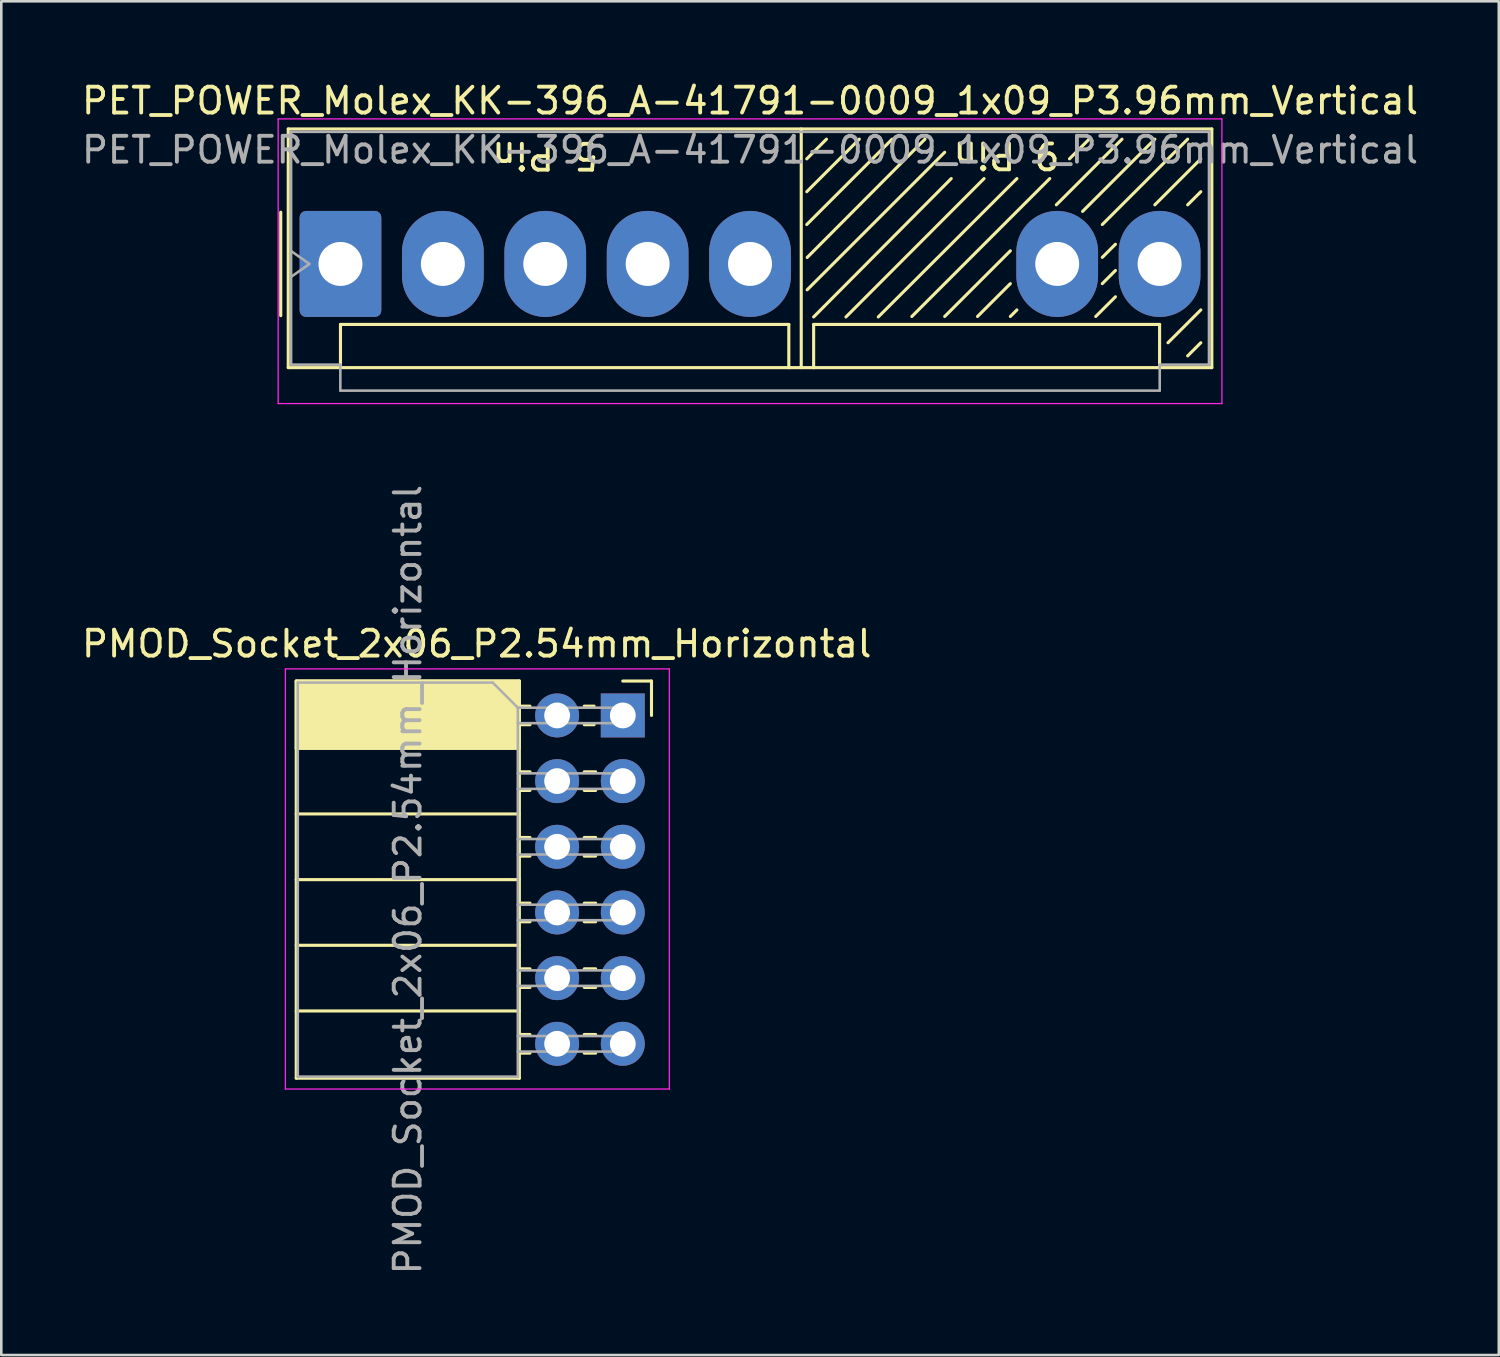
<source format=kicad_pcb>
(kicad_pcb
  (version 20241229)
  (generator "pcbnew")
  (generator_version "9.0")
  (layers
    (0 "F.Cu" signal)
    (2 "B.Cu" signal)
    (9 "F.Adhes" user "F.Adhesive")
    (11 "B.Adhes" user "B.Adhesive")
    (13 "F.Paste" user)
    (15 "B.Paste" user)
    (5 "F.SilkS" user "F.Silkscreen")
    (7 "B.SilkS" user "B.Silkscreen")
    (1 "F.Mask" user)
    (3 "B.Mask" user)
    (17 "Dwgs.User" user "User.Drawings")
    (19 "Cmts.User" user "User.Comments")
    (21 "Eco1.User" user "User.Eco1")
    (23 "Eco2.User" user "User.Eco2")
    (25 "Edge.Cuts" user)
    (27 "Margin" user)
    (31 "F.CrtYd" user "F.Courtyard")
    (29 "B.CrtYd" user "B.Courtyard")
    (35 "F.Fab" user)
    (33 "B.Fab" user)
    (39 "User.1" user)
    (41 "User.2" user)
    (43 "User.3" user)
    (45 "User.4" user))
  (footprint "PET_POWER_Molex_KK-396_A-41791-0009_1x09_P3.96mm_Vertical"
    (layer "F.Cu")
    (at 10.118 7.158)
    (property "Reference" "PET_POWER_Molex_KK-396_A-41791-0009_1x09_P3.96mm_Vertical" (at 15.84 -6.31 0) (layer "F.SilkS") (effects (font (size 1 1) (thickness 0.15))))
    (attr through_hole)
    (fp_line (start -2.31 -2) (end -2.31 2) (stroke (width 0.12) (type solid)) (layer "F.SilkS"))
    (fp_line (start -2.02 -5.22) (end 33.7 -5.22) (stroke (width 0.12) (type solid)) (layer "F.SilkS"))
    (fp_line (start -2.02 4.01) (end -2.02 -5.22) (stroke (width 0.12) (type solid)) (layer "F.SilkS"))
    (fp_line (start 0 2.34) (end 17.34 2.34) (stroke (width 0.12) (type solid)) (layer "F.SilkS"))
    (fp_line (start 0 4.01) (end -2.02 4.01) (stroke (width 0.12) (type solid)) (layer "F.SilkS"))
    (fp_line (start 0 4.01) (end 0 2.34) (stroke (width 0.12) (type solid)) (layer "F.SilkS"))
    (fp_line (start 0 4.01) (end 17.34 4.01) (stroke (width 0.12) (type solid)) (layer "F.SilkS"))
    (fp_line (start 17.34 2.34) (end 17.34 4.01) (stroke (width 0.12) (type solid)) (layer "F.SilkS"))
    (fp_line (start 17.82 4.01) (end 17.82 -5.22) (stroke (width 0.12) (type solid)) (layer "F.SilkS"))
    (fp_line (start 18.034 -1.524) (end 21.336 -4.826) (stroke (width 0.12) (type solid)) (layer "F.SilkS"))
    (fp_line (start 18.05 -0.25) (end 22.606 -4.826) (stroke (width 0.12) (type solid)) (layer "F.SilkS"))
    (fp_line (start 18.05 1) (end 23.368 -4.318) (stroke (width 0.12) (type solid)) (layer "F.SilkS"))
    (fp_line (start 18.3 2.05) (end 23.622 -3.302) (stroke (width 0.12) (type solid)) (layer "F.SilkS"))
    (fp_line (start 18.3 2.34) (end 31.68 2.34) (stroke (width 0.12) (type solid)) (layer "F.SilkS"))
    (fp_line (start 18.3 4.01) (end 17.34 4.01) (stroke (width 0.12) (type default)) (layer "F.SilkS"))
    (fp_line (start 18.3 4.01) (end 18.3 2.34) (stroke (width 0.12) (type solid)) (layer "F.SilkS"))
    (fp_line (start 18.3 4.01) (end 31.68 4.01) (stroke (width 0.12) (type solid)) (layer "F.SilkS"))
    (fp_line (start 18.796 -4.826) (end 18.034 -4.064) (stroke (width 0.12) (type solid)) (layer "F.SilkS"))
    (fp_line (start 19.55 2.05) (end 24.892 -3.302) (stroke (width 0.12) (type solid)) (layer "F.SilkS"))
    (fp_line (start 20.066 -4.826) (end 18.034 -2.794) (stroke (width 0.12) (type solid)) (layer "F.SilkS"))
    (fp_line (start 20.8 2.05) (end 26.162 -3.302) (stroke (width 0.12) (type solid)) (layer "F.SilkS"))
    (fp_line (start 22.098 2.032) (end 27.432 -3.302) (stroke (width 0.12) (type solid)) (layer "F.SilkS"))
    (fp_line (start 23.368 2.032) (end 25.908 -0.508) (stroke (width 0.12) (type solid)) (layer "F.SilkS"))
    (fp_line (start 24.638 2.032) (end 25.908 0.762) (stroke (width 0.12) (type solid)) (layer "F.SilkS"))
    (fp_line (start 25.908 2.032) (end 26.162 1.778) (stroke (width 0.12) (type solid)) (layer "F.SilkS"))
    (fp_line (start 27.686 -2.286) (end 30.226 -4.826) (stroke (width 0.12) (type solid)) (layer "F.SilkS"))
    (fp_line (start 28.194 -4.064) (end 28.956 -4.826) (stroke (width 0.12) (type solid)) (layer "F.SilkS"))
    (fp_line (start 28.702 -2.032) (end 31.496 -4.826) (stroke (width 0.12) (type solid)) (layer "F.SilkS"))
    (fp_line (start 29.21 2.032) (end 29.972 1.27) (stroke (width 0.12) (type solid)) (layer "F.SilkS"))
    (fp_line (start 29.464 -1.524) (end 32.766 -4.826) (stroke (width 0.12) (type solid)) (layer "F.SilkS"))
    (fp_line (start 29.464 -0.254) (end 29.972 -0.762) (stroke (width 0.12) (type solid)) (layer "F.SilkS"))
    (fp_line (start 29.464 0.762) (end 29.972 0.254) (stroke (width 0.12) (type solid)) (layer "F.SilkS"))
    (fp_line (start 31.496 -2.286) (end 33.274 -4.064) (stroke (width 0.12) (type solid)) (layer "F.SilkS"))
    (fp_line (start 31.68 2.34) (end 31.68 4.01) (stroke (width 0.12) (type solid)) (layer "F.SilkS"))
    (fp_line (start 32.004 3.048) (end 33.274 1.778) (stroke (width 0.12) (type solid)) (layer "F.SilkS"))
    (fp_line (start 32.766 -2.286) (end 33.274 -2.794) (stroke (width 0.12) (type solid)) (layer "F.SilkS"))
    (fp_line (start 32.766 3.556) (end 33.274 3.048) (stroke (width 0.12) (type solid)) (layer "F.SilkS"))
    (fp_line (start 33.7 -5.22) (end 33.7 4.01) (stroke (width 0.12) (type solid)) (layer "F.SilkS"))
    (fp_line (start 33.7 4.01) (end 31.68 4.01) (stroke (width 0.12) (type solid)) (layer "F.SilkS"))
    (fp_line (start -2.41 -5.61) (end -2.41 5.4) (stroke (width 0.05) (type solid)) (layer "F.CrtYd"))
    (fp_line (start -2.41 5.4) (end 34.09 5.4) (stroke (width 0.05) (type solid)) (layer "F.CrtYd"))
    (fp_line (start 34.09 -5.61) (end -2.41 -5.61) (stroke (width 0.05) (type solid)) (layer "F.CrtYd"))
    (fp_line (start 34.09 5.4) (end 34.09 -5.61) (stroke (width 0.05) (type solid)) (layer "F.CrtYd"))
    (fp_line (start -1.91 -5.11) (end 33.59 -5.11) (stroke (width 0.1) (type solid)) (layer "F.Fab"))
    (fp_line (start -1.91 -0.5) (end -1.203 0) (stroke (width 0.1) (type solid)) (layer "F.Fab"))
    (fp_line (start -1.91 3.895) (end -1.91 -5.11) (stroke (width 0.1) (type solid)) (layer "F.Fab"))
    (fp_line (start -1.203 0) (end -1.91 0.5) (stroke (width 0.1) (type solid)) (layer "F.Fab"))
    (fp_line (start -0.005 3.895) (end -1.91 3.895) (stroke (width 0.1) (type solid)) (layer "F.Fab"))
    (fp_line (start -0.005 4.9) (end -0.005 3.895) (stroke (width 0.1) (type solid)) (layer "F.Fab"))
    (fp_line (start 31.685 3.895) (end 31.685 4.9) (stroke (width 0.1) (type solid)) (layer "F.Fab"))
    (fp_line (start 31.685 4.9) (end -0.005 4.9) (stroke (width 0.1) (type solid)) (layer "F.Fab"))
    (fp_line (start 33.59 -5.11) (end 33.59 3.895) (stroke (width 0.1) (type solid)) (layer "F.Fab"))
    (fp_line (start 33.59 3.895) (end 31.685 3.895) (stroke (width 0.1) (type solid)) (layer "F.Fab"))
    (fp_text user "9 Pin" (at 25.76 -4.205 180) (unlocked yes) (layer "F.SilkS") (effects (font (size 1 1) (thickness 0.15))))
    (fp_text user "5 Pin" (at 7.92 -4.191 180) (unlocked yes) (layer "F.SilkS") (effects (font (size 1 1) (thickness 0.15))))
    (fp_text user "${REFERENCE}" (at 15.84 -4.41 0) (layer "F.Fab") (effects (font (size 1 1) (thickness 0.15))))
    (pad "1" thru_hole roundrect (at 0 0) (size 3.16 4.1) (drill 1.7) (layers "*.Cu" "*.Mask") (roundrect_rratio 0.079))
    (pad "2" thru_hole oval (at 3.96 0) (size 3.16 4.1) (drill 1.7) (layers "*.Cu" "*.Mask"))
    (pad "3" thru_hole oval (at 7.92 0) (size 3.16 4.1) (drill 1.7) (layers "*.Cu" "*.Mask"))
    (pad "4" thru_hole oval (at 11.88 0) (size 3.16 4.1) (drill 1.7) (layers "*.Cu" "*.Mask"))
    (pad "5" thru_hole oval (at 15.84 0) (size 3.16 4.1) (drill 1.7) (layers "*.Cu" "*.Mask"))
    (pad "8" thru_hole oval (at 27.72 0) (size 3.16 4.1) (drill 1.7) (layers "*.Cu" "*.Mask"))
    (pad "9" thru_hole oval (at 31.68 0) (size 3.16 4.1) (drill 1.7) (layers "*.Cu" "*.Mask")))
  (footprint "PMOD_Socket_2x06_P2.54mm_Horizontal"
    (layer "F.Cu")
    (at 21.037 24.62)
    (property "Reference" "PMOD_Socket_2x06_P2.54mm_Horizontal" (at -5.65 -2.77 0) (layer "F.SilkS") (effects (font (size 1 1) (thickness 0.15))))
    (attr through_hole)
    (fp_line (start -12.63 -1.33) (end -12.63 14.03) (stroke (width 0.12) (type solid)) (layer "F.SilkS"))
    (fp_line (start -12.63 -1.33) (end -4 -1.33) (stroke (width 0.12) (type solid)) (layer "F.SilkS"))
    (fp_line (start -12.63 1.27) (end -4 1.27) (stroke (width 0.12) (type solid)) (layer "F.SilkS"))
    (fp_line (start -12.63 3.81) (end -4 3.81) (stroke (width 0.12) (type solid)) (layer "F.SilkS"))
    (fp_line (start -12.63 6.35) (end -4 6.35) (stroke (width 0.12) (type solid)) (layer "F.SilkS"))
    (fp_line (start -12.63 8.89) (end -4 8.89) (stroke (width 0.12) (type solid)) (layer "F.SilkS"))
    (fp_line (start -12.63 11.43) (end -4 11.43) (stroke (width 0.12) (type solid)) (layer "F.SilkS"))
    (fp_line (start -12.63 14.03) (end -4 14.03) (stroke (width 0.12) (type solid)) (layer "F.SilkS"))
    (fp_line (start -4 -1.33) (end -4 14.03) (stroke (width 0.12) (type solid)) (layer "F.SilkS"))
    (fp_line (start -4 -0.36) (end -3.59 -0.36) (stroke (width 0.12) (type solid)) (layer "F.SilkS"))
    (fp_line (start -4 0.36) (end -3.59 0.36) (stroke (width 0.12) (type solid)) (layer "F.SilkS"))
    (fp_line (start -4 2.18) (end -3.59 2.18) (stroke (width 0.12) (type solid)) (layer "F.SilkS"))
    (fp_line (start -4 2.9) (end -3.59 2.9) (stroke (width 0.12) (type solid)) (layer "F.SilkS"))
    (fp_line (start -4 4.72) (end -3.59 4.72) (stroke (width 0.12) (type solid)) (layer "F.SilkS"))
    (fp_line (start -4 5.44) (end -3.59 5.44) (stroke (width 0.12) (type solid)) (layer "F.SilkS"))
    (fp_line (start -4 7.26) (end -3.59 7.26) (stroke (width 0.12) (type solid)) (layer "F.SilkS"))
    (fp_line (start -4 7.98) (end -3.59 7.98) (stroke (width 0.12) (type solid)) (layer "F.SilkS"))
    (fp_line (start -4 9.8) (end -3.59 9.8) (stroke (width 0.12) (type solid)) (layer "F.SilkS"))
    (fp_line (start -4 10.52) (end -3.59 10.52) (stroke (width 0.12) (type solid)) (layer "F.SilkS"))
    (fp_line (start -4 12.34) (end -3.59 12.34) (stroke (width 0.12) (type solid)) (layer "F.SilkS"))
    (fp_line (start -4 13.06) (end -3.59 13.06) (stroke (width 0.12) (type solid)) (layer "F.SilkS"))
    (fp_line (start -1.49 -0.36) (end -1.11 -0.36) (stroke (width 0.12) (type solid)) (layer "F.SilkS"))
    (fp_line (start -1.49 0.36) (end -1.11 0.36) (stroke (width 0.12) (type solid)) (layer "F.SilkS"))
    (fp_line (start -1.49 2.18) (end -1.05 2.18) (stroke (width 0.12) (type solid)) (layer "F.SilkS"))
    (fp_line (start -1.49 2.9) (end -1.05 2.9) (stroke (width 0.12) (type solid)) (layer "F.SilkS"))
    (fp_line (start -1.49 4.72) (end -1.05 4.72) (stroke (width 0.12) (type solid)) (layer "F.SilkS"))
    (fp_line (start -1.49 5.44) (end -1.05 5.44) (stroke (width 0.12) (type solid)) (layer "F.SilkS"))
    (fp_line (start -1.49 7.26) (end -1.05 7.26) (stroke (width 0.12) (type solid)) (layer "F.SilkS"))
    (fp_line (start -1.49 7.98) (end -1.05 7.98) (stroke (width 0.12) (type solid)) (layer "F.SilkS"))
    (fp_line (start -1.49 9.8) (end -1.05 9.8) (stroke (width 0.12) (type solid)) (layer "F.SilkS"))
    (fp_line (start -1.49 10.52) (end -1.05 10.52) (stroke (width 0.12) (type solid)) (layer "F.SilkS"))
    (fp_line (start -1.49 12.34) (end -1.05 12.34) (stroke (width 0.12) (type solid)) (layer "F.SilkS"))
    (fp_line (start -1.49 13.06) (end -1.05 13.06) (stroke (width 0.12) (type solid)) (layer "F.SilkS"))
    (fp_line (start 0 -1.33) (end 1.11 -1.33) (stroke (width 0.12) (type solid)) (layer "F.SilkS"))
    (fp_line (start 1.11 -1.33) (end 1.11 0) (stroke (width 0.12) (type solid)) (layer "F.SilkS"))
    (fp_rect (start -12.63 -1.33) (end -4 1.27) (stroke (width 0.12) (type solid)) (fill yes) (layer "F.SilkS"))
    (fp_line (start -13.05 -1.8) (end -13.05 14.45) (stroke (width 0.05) (type solid)) (layer "F.CrtYd"))
    (fp_line (start -13.05 14.45) (end 1.8 14.45) (stroke (width 0.05) (type solid)) (layer "F.CrtYd"))
    (fp_line (start 1.8 -1.8) (end -13.05 -1.8) (stroke (width 0.05) (type solid)) (layer "F.CrtYd"))
    (fp_line (start 1.8 14.45) (end 1.8 -1.8) (stroke (width 0.05) (type solid)) (layer "F.CrtYd"))
    (fp_line (start -12.57 -1.27) (end -5.03 -1.27) (stroke (width 0.1) (type solid)) (layer "F.Fab"))
    (fp_line (start -12.57 13.97) (end -12.57 -1.27) (stroke (width 0.1) (type solid)) (layer "F.Fab"))
    (fp_line (start -5.03 -1.27) (end -4.06 -0.3) (stroke (width 0.1) (type solid)) (layer "F.Fab"))
    (fp_line (start -4.06 -0.3) (end -4.06 13.97) (stroke (width 0.1) (type solid)) (layer "F.Fab"))
    (fp_line (start -4.06 0.3) (end 0 0.3) (stroke (width 0.1) (type solid)) (layer "F.Fab"))
    (fp_line (start -4.06 2.84) (end 0 2.84) (stroke (width 0.1) (type solid)) (layer "F.Fab"))
    (fp_line (start -4.06 5.38) (end 0 5.38) (stroke (width 0.1) (type solid)) (layer "F.Fab"))
    (fp_line (start -4.06 7.92) (end 0 7.92) (stroke (width 0.1) (type solid)) (layer "F.Fab"))
    (fp_line (start -4.06 10.46) (end 0 10.46) (stroke (width 0.1) (type solid)) (layer "F.Fab"))
    (fp_line (start -4.06 13) (end 0 13) (stroke (width 0.1) (type solid)) (layer "F.Fab"))
    (fp_line (start -4.06 13.97) (end -12.57 13.97) (stroke (width 0.1) (type solid)) (layer "F.Fab"))
    (fp_line (start 0 -0.3) (end -4.06 -0.3) (stroke (width 0.1) (type solid)) (layer "F.Fab"))
    (fp_line (start 0 0.3) (end 0 -0.3) (stroke (width 0.1) (type solid)) (layer "F.Fab"))
    (fp_line (start 0 2.24) (end -4.06 2.24) (stroke (width 0.1) (type solid)) (layer "F.Fab"))
    (fp_line (start 0 2.84) (end 0 2.24) (stroke (width 0.1) (type solid)) (layer "F.Fab"))
    (fp_line (start 0 4.78) (end -4.06 4.78) (stroke (width 0.1) (type solid)) (layer "F.Fab"))
    (fp_line (start 0 5.38) (end 0 4.78) (stroke (width 0.1) (type solid)) (layer "F.Fab"))
    (fp_line (start 0 7.32) (end -4.06 7.32) (stroke (width 0.1) (type solid)) (layer "F.Fab"))
    (fp_line (start 0 7.92) (end 0 7.32) (stroke (width 0.1) (type solid)) (layer "F.Fab"))
    (fp_line (start 0 9.86) (end -4.06 9.86) (stroke (width 0.1) (type solid)) (layer "F.Fab"))
    (fp_line (start 0 10.46) (end 0 9.86) (stroke (width 0.1) (type solid)) (layer "F.Fab"))
    (fp_line (start 0 12.4) (end -4.06 12.4) (stroke (width 0.1) (type solid)) (layer "F.Fab"))
    (fp_line (start 0 13) (end 0 12.4) (stroke (width 0.1) (type solid)) (layer "F.Fab"))
    (fp_text user "${REFERENCE}" (at -8.315 6.35 90) (layer "F.Fab") (effects (font (size 1 1) (thickness 0.15))))
    (pad "1" thru_hole rect (at 0 0) (size 1.7 1.7) (drill 1) (layers "*.Cu" "*.Mask"))
    (pad "2" thru_hole oval (at 0 2.54) (size 1.7 1.7) (drill 1) (layers "*.Cu" "*.Mask"))
    (pad "3" thru_hole oval (at 0 5.08) (size 1.7 1.7) (drill 1) (layers "*.Cu" "*.Mask"))
    (pad "4" thru_hole oval (at 0 7.62) (size 1.7 1.7) (drill 1) (layers "*.Cu" "*.Mask"))
    (pad "5" thru_hole oval (at 0 10.16) (size 1.7 1.7) (drill 1) (layers "*.Cu" "*.Mask"))
    (pad "6" thru_hole oval (at 0 12.7) (size 1.7 1.7) (drill 1) (layers "*.Cu" "*.Mask"))
    (pad "7" thru_hole oval (at -2.54 0) (size 1.7 1.7) (drill 1) (layers "*.Cu" "*.Mask"))
    (pad "8" thru_hole oval (at -2.54 2.54) (size 1.7 1.7) (drill 1) (layers "*.Cu" "*.Mask"))
    (pad "9" thru_hole oval (at -2.54 5.08) (size 1.7 1.7) (drill 1) (layers "*.Cu" "*.Mask"))
    (pad "10" thru_hole oval (at -2.54 7.62) (size 1.7 1.7) (drill 1) (layers "*.Cu" "*.Mask"))
    (pad "11" thru_hole oval (at -2.54 10.16) (size 1.7 1.7) (drill 1) (layers "*.Cu" "*.Mask"))
    (pad "12" thru_hole oval (at -2.54 12.7) (size 1.7 1.7) (drill 1) (layers "*.Cu" "*.Mask")))
  (gr_rect
    (start -3 -3)
    (end 54.917 49.357)
    (stroke (width 0.1) (type default))
    (fill no)
    (layer "Edge.Cuts")))
</source>
